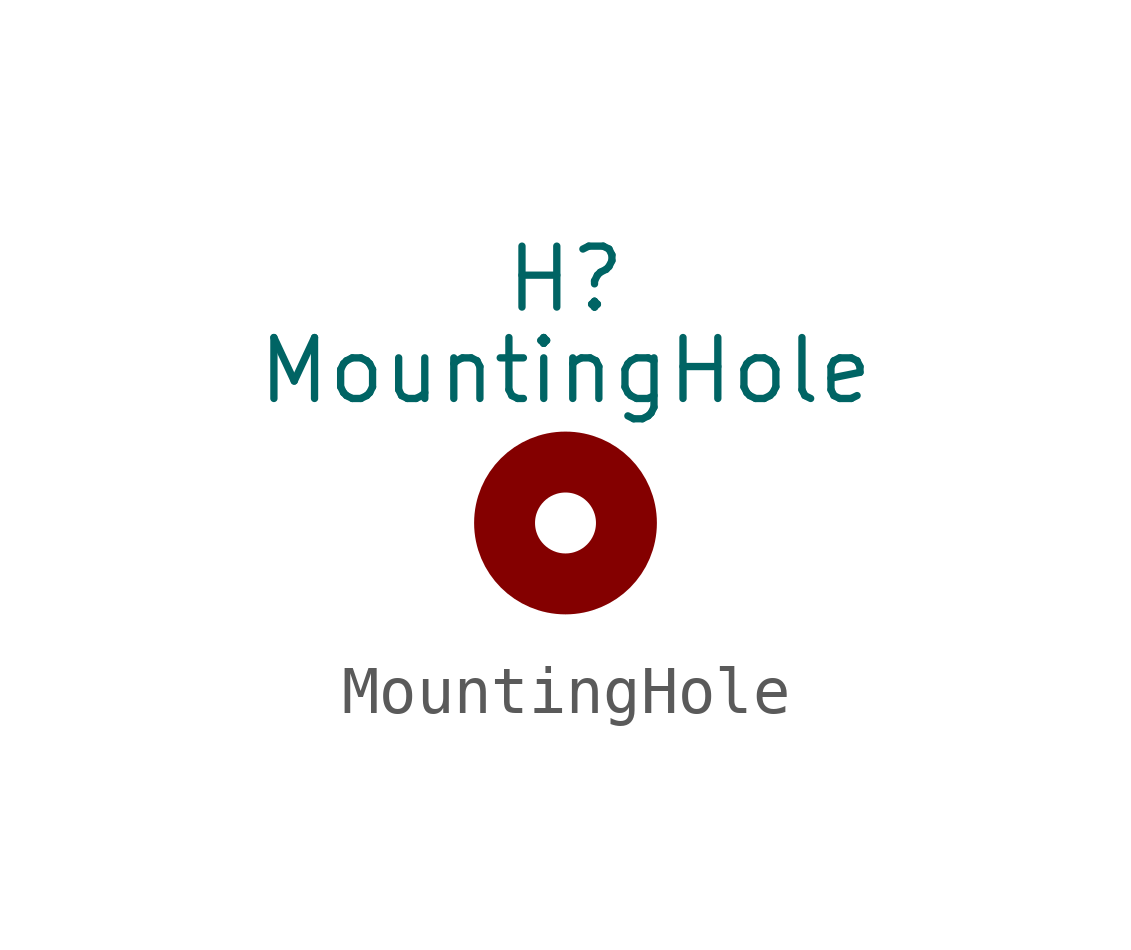
<source format=kicad_sym>
(kicad_symbol_lib
  (version 20201005)
  (generator kicad_symbol_editor)
  (symbol "proj:MountingHole"
    (pin_names
      (offset 1.016))
    (property "Reference" "H"
      (at 0 5.08 0)
      (effects (font (size 1.27 1.27))))
    (property "Value" "MountingHole"
      (at 0 3.175 0)
      (effects (font (size 1.27 1.27))))
    (symbol "MountingHole_0_1"
      (circle (center 0 0) (radius 1.27) (stroke (width 1.27)) (fill (type none))))))
</source>
